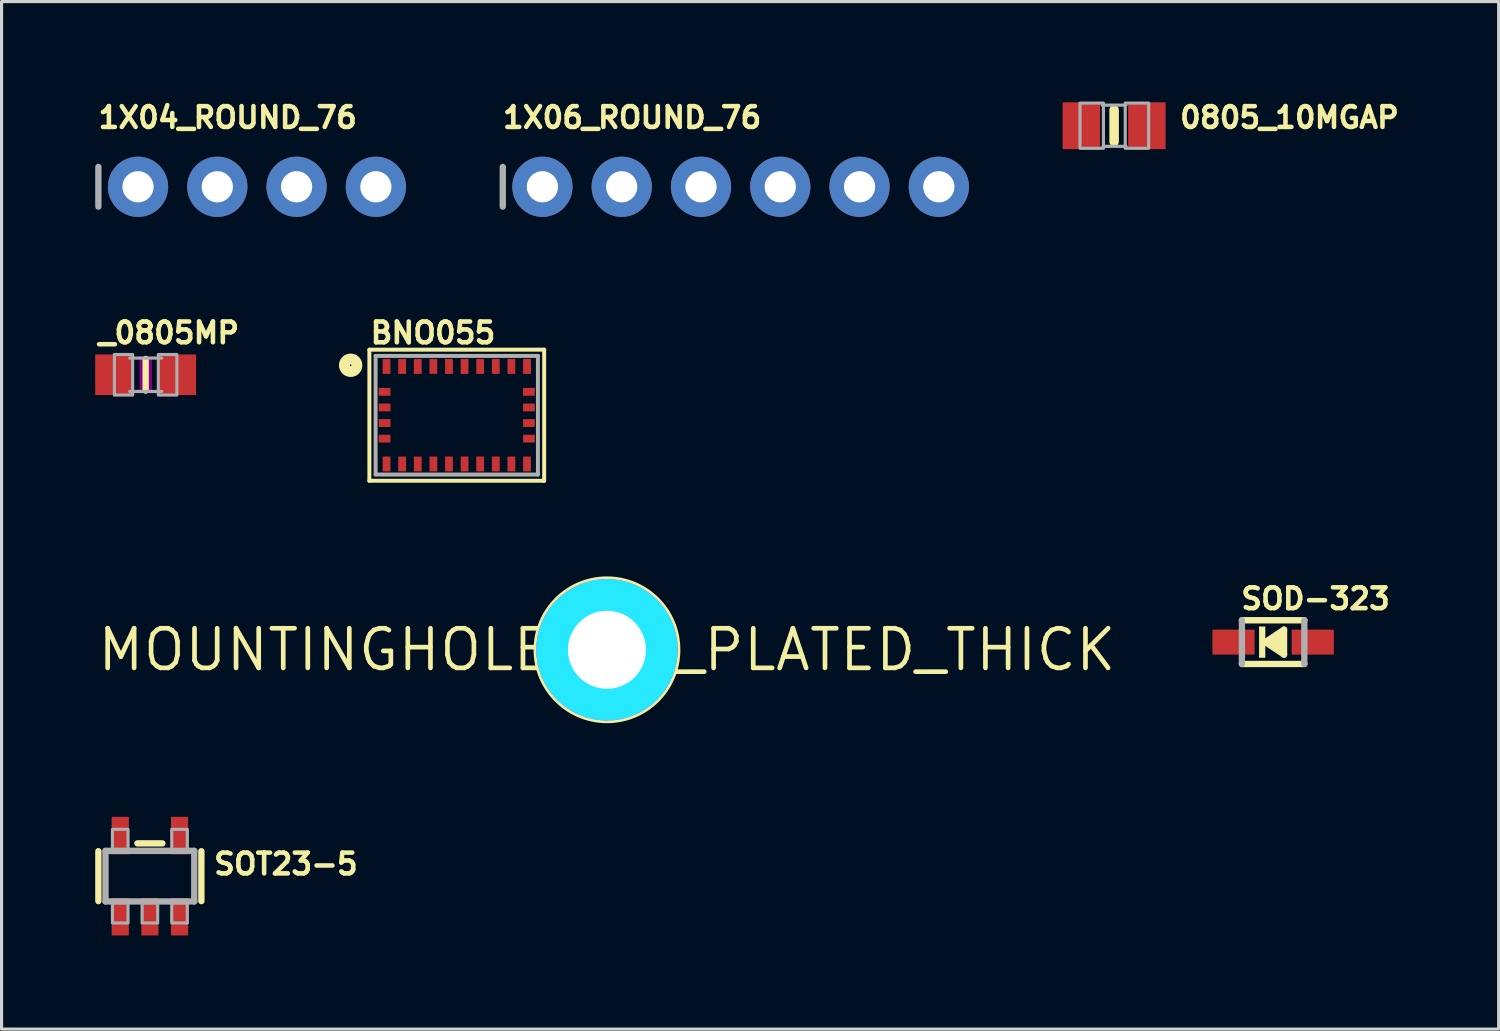
<source format=kicad_pcb>
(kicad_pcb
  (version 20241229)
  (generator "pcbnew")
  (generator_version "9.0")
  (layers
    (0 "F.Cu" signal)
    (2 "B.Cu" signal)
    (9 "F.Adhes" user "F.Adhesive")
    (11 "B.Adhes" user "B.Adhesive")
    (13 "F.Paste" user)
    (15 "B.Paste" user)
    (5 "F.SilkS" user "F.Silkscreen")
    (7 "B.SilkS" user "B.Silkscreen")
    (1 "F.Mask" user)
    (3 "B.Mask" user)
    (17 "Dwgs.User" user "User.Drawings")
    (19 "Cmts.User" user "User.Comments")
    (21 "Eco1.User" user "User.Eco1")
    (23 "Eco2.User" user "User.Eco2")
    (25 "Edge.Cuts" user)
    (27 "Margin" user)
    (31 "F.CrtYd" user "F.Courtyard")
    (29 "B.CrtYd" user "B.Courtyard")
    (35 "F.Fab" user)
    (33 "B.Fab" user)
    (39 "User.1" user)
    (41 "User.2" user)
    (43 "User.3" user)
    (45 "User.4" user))
  (footprint "1X04_ROUND_76"
    (layer "F.Cu")
    (at 5.182 2.934)
    (property "Reference" "1X04_ROUND_76" (at -5.156 -1.829 0) (unlocked yes) (layer "F.SilkS") (effects (font (size 0.666 0.666) (thickness 0.146)) (justify left bottom)))
    (fp_line (start -5.08 -0.635) (end -5.08 0.635) (stroke (width 0.203) (type solid)) (layer "F.Fab"))
    (fp_poly (pts (xy -4.064 0.254) (xy -3.556 0.254) (xy -3.556 -0.254) (xy -4.064 -0.254)) (stroke (width 0.1) (type default)) (fill no) (layer "F.Fab"))
    (fp_poly (pts (xy -1.524 0.254) (xy -1.016 0.254) (xy -1.016 -0.254) (xy -1.524 -0.254)) (stroke (width 0.1) (type default)) (fill no) (layer "F.Fab"))
    (fp_poly (pts (xy 1.016 0.254) (xy 1.524 0.254) (xy 1.524 -0.254) (xy 1.016 -0.254)) (stroke (width 0.1) (type default)) (fill no) (layer "F.Fab"))
    (fp_poly (pts (xy 3.556 0.254) (xy 4.064 0.254) (xy 4.064 -0.254) (xy 3.556 -0.254)) (stroke (width 0.1) (type default)) (fill no) (layer "F.Fab"))
    (pad "1" thru_hole circle (at -3.81 0 90) (size 1.93 1.93) (drill 1) (layers "*.Cu" "*.Mask"))
    (pad "2" thru_hole circle (at -1.27 0 90) (size 1.93 1.93) (drill 1) (layers "*.Cu" "*.Mask"))
    (pad "3" thru_hole circle (at 1.27 0 90) (size 1.93 1.93) (drill 1) (layers "*.Cu" "*.Mask"))
    (pad "4" thru_hole circle (at 3.81 0 90) (size 1.93 1.93) (drill 1) (layers "*.Cu" "*.Mask")))
  (footprint "SOT23-5"
    (layer "F.Cu")
    (at 1.752 25.02)
    (property "Reference" "SOT23-5" (at 1.978 0 0) (unlocked yes) (layer "F.SilkS") (effects (font (size 0.666 0.666) (thickness 0.146)) (justify left bottom)))
    (fp_line (start -1.65 -0.8) (end -1.65 0.8) (stroke (width 0.203) (type solid)) (layer "F.SilkS"))
    (fp_line (start -0.4 -1.05) (end 0.4 -1.05) (stroke (width 0.203) (type solid)) (layer "F.SilkS"))
    (fp_line (start 1.65 -0.8) (end 1.65 0.8) (stroke (width 0.203) (type solid)) (layer "F.SilkS"))
    (fp_line (start -1.422 -0.81) (end 1.422 -0.81) (stroke (width 0.203) (type solid)) (layer "F.Fab"))
    (fp_line (start -1.422 0.81) (end -1.422 -0.81) (stroke (width 0.203) (type solid)) (layer "F.Fab"))
    (fp_line (start 1.422 -0.81) (end 1.422 0.81) (stroke (width 0.203) (type solid)) (layer "F.Fab"))
    (fp_line (start 1.422 0.81) (end -1.422 0.81) (stroke (width 0.203) (type solid)) (layer "F.Fab"))
    (fp_poly (pts (xy -1.2 -0.85) (xy -0.7 -0.85) (xy -0.7 -1.5) (xy -1.2 -1.5)) (stroke (width 0.1) (type default)) (fill no) (layer "F.Fab"))
    (fp_poly (pts (xy -1.2 1.5) (xy -0.7 1.5) (xy -0.7 0.85) (xy -1.2 0.85)) (stroke (width 0.1) (type default)) (fill no) (layer "F.Fab"))
    (fp_poly (pts (xy -0.25 1.5) (xy 0.25 1.5) (xy 0.25 0.85) (xy -0.25 0.85)) (stroke (width 0.1) (type default)) (fill no) (layer "F.Fab"))
    (fp_poly (pts (xy 0.7 -0.85) (xy 1.2 -0.85) (xy 1.2 -1.5) (xy 0.7 -1.5)) (stroke (width 0.1) (type default)) (fill no) (layer "F.Fab"))
    (fp_poly (pts (xy 0.7 1.5) (xy 1.2 1.5) (xy 1.2 0.85) (xy 0.7 0.85)) (stroke (width 0.1) (type default)) (fill no) (layer "F.Fab"))
    (pad "1" smd rect (at -0.95 1.3) (size 0.55 1.2) (layers "F.Cu" "F.Mask" "F.Paste"))
    (pad "2" smd rect (at 0 1.3) (size 0.55 1.2) (layers "F.Cu" "F.Mask" "F.Paste"))
    (pad "3" smd rect (at 0.95 1.3) (size 0.55 1.2) (layers "F.Cu" "F.Mask" "F.Paste"))
    (pad "4" smd rect (at 0.95 -1.3) (size 0.55 1.2) (layers "F.Cu" "F.Mask" "F.Paste"))
    (pad "5" smd rect (at -0.95 -1.3) (size 0.55 1.2) (layers "F.Cu" "F.Mask" "F.Paste")))
  (footprint "0805_10MGAP"
    (layer "F.Cu")
    (at 32.644 0.978)
    (property "Reference" "0805_10MGAP" (at 2.032 0.127 0) (unlocked yes) (layer "F.SilkS") (effects (font (size 0.666 0.666) (thickness 0.146)) (justify left bottom)))
    (fp_line (start 0 -0.508) (end 0 0.508) (stroke (width 0.305) (type solid)) (layer "F.SilkS"))
    (fp_line (start -0.381 -0.66) (end 0.381 -0.66) (stroke (width 0.102) (type solid)) (layer "F.Fab"))
    (fp_line (start -0.356 0.66) (end 0.381 0.66) (stroke (width 0.102) (type solid)) (layer "F.Fab"))
    (fp_poly (pts (xy -1.092 0.724) (xy -0.342 0.724) (xy -0.342 -0.726) (xy -1.092 -0.726)) (stroke (width 0.1) (type default)) (fill no) (layer "F.Fab"))
    (fp_poly (pts (xy 0.356 0.724) (xy 1.106 0.724) (xy 1.106 -0.726) (xy 0.356 -0.726)) (stroke (width 0.1) (type default)) (fill no) (layer "F.Fab"))
    (pad "1" smd rect (at -1.05 0) (size 1.2 1.5) (layers "F.Cu" "F.Mask" "F.Paste"))
    (pad "2" smd rect (at 1.05 0) (size 1.2 1.5) (layers "F.Cu" "F.Mask" "F.Paste")))
  (footprint "1X06_ROUND_76"
    (layer "F.Cu")
    (at 20.678 2.934)
    (property "Reference" "1X06_ROUND_76" (at -7.696 -1.829 0) (unlocked yes) (layer "F.SilkS") (effects (font (size 0.666 0.666) (thickness 0.146)) (justify left bottom)))
    (fp_line (start -7.62 -0.635) (end -7.62 0.635) (stroke (width 0.203) (type solid)) (layer "F.Fab"))
    (fp_poly (pts (xy -6.604 0.254) (xy -6.096 0.254) (xy -6.096 -0.254) (xy -6.604 -0.254)) (stroke (width 0.1) (type default)) (fill no) (layer "F.Fab"))
    (fp_poly (pts (xy -4.064 0.254) (xy -3.556 0.254) (xy -3.556 -0.254) (xy -4.064 -0.254)) (stroke (width 0.1) (type default)) (fill no) (layer "F.Fab"))
    (fp_poly (pts (xy -1.524 0.254) (xy -1.016 0.254) (xy -1.016 -0.254) (xy -1.524 -0.254)) (stroke (width 0.1) (type default)) (fill no) (layer "F.Fab"))
    (fp_poly (pts (xy 1.016 0.254) (xy 1.524 0.254) (xy 1.524 -0.254) (xy 1.016 -0.254)) (stroke (width 0.1) (type default)) (fill no) (layer "F.Fab"))
    (fp_poly (pts (xy 3.556 0.254) (xy 4.064 0.254) (xy 4.064 -0.254) (xy 3.556 -0.254)) (stroke (width 0.1) (type default)) (fill no) (layer "F.Fab"))
    (fp_poly (pts (xy 6.096 0.254) (xy 6.604 0.254) (xy 6.604 -0.254) (xy 6.096 -0.254)) (stroke (width 0.1) (type default)) (fill no) (layer "F.Fab"))
    (pad "1" thru_hole circle (at -6.35 0 90) (size 1.93 1.93) (drill 1) (layers "*.Cu" "*.Mask"))
    (pad "2" thru_hole circle (at -3.81 0 90) (size 1.93 1.93) (drill 1) (layers "*.Cu" "*.Mask"))
    (pad "3" thru_hole circle (at -1.27 0 90) (size 1.93 1.93) (drill 1) (layers "*.Cu" "*.Mask"))
    (pad "4" thru_hole circle (at 1.27 0 90) (size 1.93 1.93) (drill 1) (layers "*.Cu" "*.Mask"))
    (pad "5" thru_hole circle (at 3.81 0 90) (size 1.93 1.93) (drill 1) (layers "*.Cu" "*.Mask"))
    (pad "6" thru_hole circle (at 6.35 0 90) (size 1.93 1.93) (drill 1) (layers "*.Cu" "*.Mask")))
  (footprint "_0805MP"
    (layer "F.Cu")
    (at 1.616 8.957)
    (property "Reference" "_0805MP" (at -1.587 -0.953 0) (unlocked yes) (layer "F.SilkS") (effects (font (size 0.666 0.666) (thickness 0.146)) (justify left bottom)))
    (fp_line (start 0 -0.508) (end 0 0.508) (stroke (width 0.203) (type solid)) (layer "F.SilkS"))
    (fp_poly (pts (xy -0.2 0.5) (xy 0.2 0.5) (xy 0.2 -0.5) (xy -0.2 -0.5)) (stroke (width 0) (type default)) (fill yes) (layer "F.Adhes"))
    (fp_line (start -0.51 -0.535) (end 0.51 -0.535) (stroke (width 0.102) (type solid)) (layer "F.Fab"))
    (fp_line (start -0.51 0.535) (end 0.51 0.535) (stroke (width 0.102) (type solid)) (layer "F.Fab"))
    (fp_poly (pts (xy -1 0.65) (xy -0.417 0.65) (xy -0.417 -0.65) (xy -1 -0.65)) (stroke (width 0.1) (type default)) (fill no) (layer "F.Fab"))
    (fp_poly (pts (xy 0.406 0.65) (xy 1 0.65) (xy 1 -0.65) (xy 0.406 -0.65)) (stroke (width 0.1) (type default)) (fill no) (layer "F.Fab"))
    (pad "1" smd rect (at -1.016 0) (size 1.2 1.3) (layers "F.Cu" "F.Mask" "F.Paste"))
    (pad "2" smd rect (at 1.016 0) (size 1.2 1.3) (layers "F.Cu" "F.Mask" "F.Paste")))
  (footprint "MOUNTINGHOLE_2.5_PLATED_THICK"
    (layer "F.Cu")
    (at 16.396 17.768)
    (property "Reference" "MOUNTINGHOLE_2.5_PLATED_THICK" (at 0 0 0) (layer "F.SilkS") (effects (font (size 1.27 1.27) (thickness 0.15))))
    (fp_circle (center 0 0) (end 2.25 0) (stroke (width 0.203) (type solid)) (fill no) (layer "F.SilkS"))
    (fp_circle (center 0 0) (end 1.25 0) (stroke (width 2.032) (type solid)) (fill no) (layer "B.CrtYd"))
    (fp_circle (center 0 0) (end 1.25 0) (stroke (width 2.032) (type solid)) (fill no) (layer "F.CrtYd"))
    (pad "P$1" thru_hole circle (at 0 0) (size 4 4) (drill 2.5) (layers "*.Cu" "*.Mask"))
    (zone (net_name "") (layer "F.Cu") (hatch edge 0.5) (connect_pads) (min_thickness 0.25) (filled_areas_thickness no) (keepout (tracks not_allowed) (vias not_allowed) (pads not_allowed) (copperpour not_allowed) (footprints allowed)) (placement (enabled no)) (fill) (polygon (pts (xy 18.662 17.768) (xy 18.642 17.466) (xy 18.582 17.169) (xy 18.483 16.883) (xy 18.346 16.613) (xy 18.175 16.364) (xy 17.972 16.139) (xy 17.74 15.944) (xy 17.485 15.781) (xy 17.211 15.653) (xy 16.922 15.564) (xy 16.623 15.513) (xy 16.321 15.503) (xy 16.019 15.533) (xy 15.725 15.604) (xy 15.442 15.712) (xy 15.177 15.858) (xy 14.933 16.037) (xy 14.716 16.248) (xy 14.528 16.485) (xy 14.374 16.746) (xy 14.256 17.025) (xy 14.176 17.317) (xy 14.135 17.617) (xy 14.135 17.919) (xy 14.176 18.219) (xy 14.256 18.511) (xy 14.374 18.79) (xy 14.528 19.05) (xy 14.716 19.288) (xy 14.933 19.498) (xy 15.177 19.678) (xy 15.442 19.823) (xy 15.725 19.932) (xy 16.019 20.002) (xy 16.321 20.033) (xy 16.623 20.023) (xy 16.922 19.972) (xy 17.211 19.883) (xy 17.485 19.755) (xy 17.74 19.592) (xy 17.972 19.397) (xy 18.175 19.172) (xy 18.346 18.923) (xy 18.483 18.653) (xy 18.582 18.367) (xy 18.642 18.07))) (polygon (pts (xy 16.63 17.768) (xy 16.61 17.673) (xy 16.553 17.594) (xy 16.469 17.545) (xy 16.372 17.535) (xy 16.279 17.565) (xy 16.207 17.63) (xy 16.167 17.719) (xy 16.167 17.817) (xy 16.207 17.905) (xy 16.279 17.971) (xy 16.372 18.001) (xy 16.469 17.99) (xy 16.553 17.942) (xy 16.61 17.863))))
    (zone (net_name "") (layer "B.Cu") (hatch edge 0.5) (connect_pads) (min_thickness 0.25) (filled_areas_thickness no) (keepout (tracks not_allowed) (vias not_allowed) (pads not_allowed) (copperpour not_allowed) (footprints allowed)) (placement (enabled no)) (fill) (polygon (pts (xy 18.662 17.768) (xy 18.642 17.466) (xy 18.582 17.169) (xy 18.483 16.883) (xy 18.346 16.613) (xy 18.175 16.364) (xy 17.972 16.139) (xy 17.74 15.944) (xy 17.485 15.781) (xy 17.211 15.653) (xy 16.922 15.564) (xy 16.623 15.513) (xy 16.321 15.503) (xy 16.019 15.533) (xy 15.725 15.604) (xy 15.442 15.712) (xy 15.177 15.858) (xy 14.933 16.037) (xy 14.716 16.248) (xy 14.528 16.485) (xy 14.374 16.746) (xy 14.256 17.025) (xy 14.176 17.317) (xy 14.135 17.617) (xy 14.135 17.919) (xy 14.176 18.219) (xy 14.256 18.511) (xy 14.374 18.79) (xy 14.528 19.05) (xy 14.716 19.288) (xy 14.933 19.498) (xy 15.177 19.678) (xy 15.442 19.823) (xy 15.725 19.932) (xy 16.019 20.002) (xy 16.321 20.033) (xy 16.623 20.023) (xy 16.922 19.972) (xy 17.211 19.883) (xy 17.485 19.755) (xy 17.74 19.592) (xy 17.972 19.397) (xy 18.175 19.172) (xy 18.346 18.923) (xy 18.483 18.653) (xy 18.582 18.367) (xy 18.642 18.07))) (polygon (pts (xy 16.63 17.768) (xy 16.61 17.673) (xy 16.553 17.594) (xy 16.469 17.545) (xy 16.372 17.535) (xy 16.279 17.565) (xy 16.207 17.63) (xy 16.167 17.719) (xy 16.167 17.817) (xy 16.207 17.905) (xy 16.279 17.971) (xy 16.372 18.001) (xy 16.469 17.99) (xy 16.553 17.942) (xy 16.61 17.863)))))
  (footprint "BNO055"
    (layer "F.Cu")
    (at 11.584 10.253)
    (property "Reference" "BNO055" (at -2.84 -2.248 0) (unlocked yes) (layer "F.SilkS") (effects (font (size 0.666 0.666) (thickness 0.146)) (justify left bottom)))
    (fp_line (start -2.8 -2.1) (end 2.8 -2.1) (stroke (width 0.127) (type solid)) (layer "F.SilkS"))
    (fp_line (start -2.8 2.1) (end -2.8 -2.1) (stroke (width 0.127) (type solid)) (layer "F.SilkS"))
    (fp_line (start 2.8 -2.1) (end 2.8 2.1) (stroke (width 0.127) (type solid)) (layer "F.SilkS"))
    (fp_line (start 2.8 2.1) (end -2.8 2.1) (stroke (width 0.127) (type solid)) (layer "F.SilkS"))
    (fp_circle (center -3.4 -1.6) (end -3.2 -1.6) (stroke (width 0.35) (type solid)) (fill no) (layer "F.SilkS"))
    (fp_line (start -2.6 -1.9) (end 2.6 -1.9) (stroke (width 0.127) (type solid)) (layer "F.Fab"))
    (fp_line (start -2.6 1.9) (end -2.6 -1.9) (stroke (width 0.127) (type solid)) (layer "F.Fab"))
    (fp_line (start 2.6 -1.9) (end 2.6 1.9) (stroke (width 0.127) (type solid)) (layer "F.Fab"))
    (fp_line (start 2.6 1.9) (end -2.6 1.9) (stroke (width 0.127) (type solid)) (layer "F.Fab"))
    (pad "1" smd rect (at -2.25 -1.562) (size 0.25 0.475) (layers "F.Cu" "F.Mask" "F.Paste"))
    (pad "2" smd rect (at -2.312 -0.75) (size 0.375 0.25) (layers "F.Cu" "F.Mask" "F.Paste"))
    (pad "3" smd rect (at -2.312 -0.25) (size 0.375 0.25) (layers "F.Cu" "F.Mask" "F.Paste"))
    (pad "4" smd rect (at -2.312 0.25) (size 0.375 0.25) (layers "F.Cu" "F.Mask" "F.Paste"))
    (pad "5" smd rect (at -2.312 0.75) (size 0.375 0.25) (layers "F.Cu" "F.Mask" "F.Paste"))
    (pad "6" smd rect (at -2.25 1.562) (size 0.25 0.475) (layers "F.Cu" "F.Mask" "F.Paste"))
    (pad "7" smd rect (at -1.75 1.562) (size 0.25 0.475) (layers "F.Cu" "F.Mask" "F.Paste"))
    (pad "8" smd rect (at -1.25 1.562) (size 0.25 0.475) (layers "F.Cu" "F.Mask" "F.Paste"))
    (pad "9" smd rect (at -0.75 1.562) (size 0.25 0.475) (layers "F.Cu" "F.Mask" "F.Paste"))
    (pad "10" smd rect (at -0.25 1.562) (size 0.25 0.475) (layers "F.Cu" "F.Mask" "F.Paste"))
    (pad "11" smd rect (at 0.25 1.562) (size 0.25 0.475) (layers "F.Cu" "F.Mask" "F.Paste"))
    (pad "12" smd rect (at 0.75 1.562) (size 0.25 0.475) (layers "F.Cu" "F.Mask" "F.Paste"))
    (pad "13" smd rect (at 1.25 1.562) (size 0.25 0.475) (layers "F.Cu" "F.Mask" "F.Paste"))
    (pad "14" smd rect (at 1.75 1.562) (size 0.25 0.475) (layers "F.Cu" "F.Mask" "F.Paste"))
    (pad "15" smd rect (at 2.25 1.562) (size 0.25 0.475) (layers "F.Cu" "F.Mask" "F.Paste"))
    (pad "16" smd rect (at 2.312 0.75) (size 0.375 0.25) (layers "F.Cu" "F.Mask" "F.Paste"))
    (pad "17" smd rect (at 2.312 0.25) (size 0.375 0.25) (layers "F.Cu" "F.Mask" "F.Paste"))
    (pad "18" smd rect (at 2.312 -0.25) (size 0.375 0.25) (layers "F.Cu" "F.Mask" "F.Paste"))
    (pad "19" smd rect (at 2.312 -0.75) (size 0.375 0.25) (layers "F.Cu" "F.Mask" "F.Paste"))
    (pad "20" smd rect (at 2.25 -1.562) (size 0.25 0.475) (layers "F.Cu" "F.Mask" "F.Paste"))
    (pad "21" smd rect (at 1.75 -1.562) (size 0.25 0.475) (layers "F.Cu" "F.Mask" "F.Paste"))
    (pad "22" smd rect (at 1.25 -1.562) (size 0.25 0.475) (layers "F.Cu" "F.Mask" "F.Paste"))
    (pad "23" smd rect (at 0.75 -1.562) (size 0.25 0.475) (layers "F.Cu" "F.Mask" "F.Paste"))
    (pad "24" smd rect (at 0.25 -1.562) (size 0.25 0.475) (layers "F.Cu" "F.Mask" "F.Paste"))
    (pad "25" smd rect (at -0.25 -1.562) (size 0.25 0.475) (layers "F.Cu" "F.Mask" "F.Paste"))
    (pad "26" smd rect (at -0.75 -1.562) (size 0.25 0.475) (layers "F.Cu" "F.Mask" "F.Paste"))
    (pad "27" smd rect (at -1.25 -1.562) (size 0.25 0.475) (layers "F.Cu" "F.Mask" "F.Paste"))
    (pad "28" smd rect (at -1.75 -1.562) (size 0.25 0.475) (layers "F.Cu" "F.Mask" "F.Paste")))
  (footprint "SOD-323"
    (layer "F.Cu")
    (at 37.738 17.522)
    (property "Reference" "SOD-323" (at -1.1 -1 0) (unlocked yes) (layer "F.SilkS") (effects (font (size 0.666 0.666) (thickness 0.146)) (justify left bottom)))
    (fp_line (start -1 -0.7) (end 1 -0.7) (stroke (width 0.203) (type solid)) (layer "F.SilkS"))
    (fp_line (start -0.25 0) (end 0.35 -0.4) (stroke (width 0.203) (type solid)) (layer "F.SilkS"))
    (fp_line (start 0.35 -0.4) (end 0.35 0.4) (stroke (width 0.203) (type solid)) (layer "F.SilkS"))
    (fp_line (start 0.35 0.4) (end -0.25 0) (stroke (width 0.203) (type solid)) (layer "F.SilkS"))
    (fp_line (start 1 0.7) (end -1 0.7) (stroke (width 0.203) (type solid)) (layer "F.SilkS"))
    (fp_poly (pts (xy 0.302 0.39) (xy -0.283 0) (xy 0.302 -0.39)) (stroke (width 0) (type default)) (fill yes) (layer "F.SilkS"))
    (fp_poly (pts (xy -0.45 0.5) (xy -0.25 0.5) (xy -0.25 -0.5) (xy -0.45 -0.5)) (stroke (width 0) (type default)) (fill yes) (layer "F.SilkS"))
    (fp_line (start -1 0.7) (end -1 -0.7) (stroke (width 0.203) (type solid)) (layer "F.Fab"))
    (fp_line (start 1 -0.7) (end 1 0.7) (stroke (width 0.203) (type solid)) (layer "F.Fab"))
    (pad "A" smd rect (at 1.27 0) (size 1.35 0.8) (layers "F.Cu" "F.Mask" "F.Paste"))
    (pad "C" smd rect (at -1.27 0) (size 1.35 0.8) (layers "F.Cu" "F.Mask" "F.Paste")))
  (gr_rect
    (start -3 -3)
    (end 44.964 29.92)
    (stroke (width 0.1) (type default))
    (fill no)
    (layer "Edge.Cuts")))
</source>
